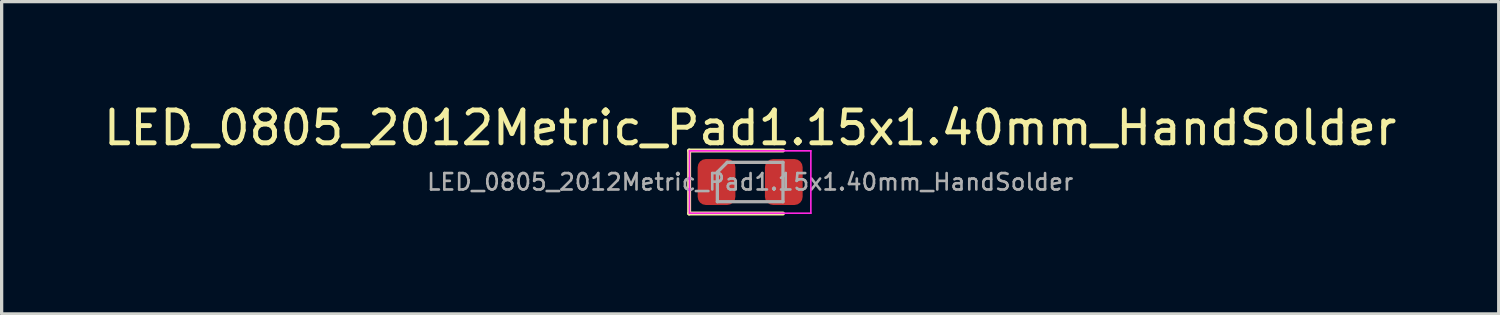
<source format=kicad_pcb>
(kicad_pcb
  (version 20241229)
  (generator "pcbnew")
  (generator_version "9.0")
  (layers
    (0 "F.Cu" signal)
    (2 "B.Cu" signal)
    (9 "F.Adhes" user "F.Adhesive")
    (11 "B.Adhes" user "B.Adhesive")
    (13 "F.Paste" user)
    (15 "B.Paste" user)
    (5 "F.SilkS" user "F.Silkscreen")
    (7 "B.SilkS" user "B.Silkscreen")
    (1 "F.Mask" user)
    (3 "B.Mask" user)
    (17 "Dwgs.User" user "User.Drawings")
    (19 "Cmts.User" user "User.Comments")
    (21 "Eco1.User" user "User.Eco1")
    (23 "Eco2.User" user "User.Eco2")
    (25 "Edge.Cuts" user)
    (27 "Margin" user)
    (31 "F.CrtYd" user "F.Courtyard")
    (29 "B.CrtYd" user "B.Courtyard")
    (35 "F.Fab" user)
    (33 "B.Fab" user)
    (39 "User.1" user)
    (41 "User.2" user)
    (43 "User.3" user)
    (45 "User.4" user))
  (footprint "LED_0805_2012Metric_Pad1.15x1.40mm_HandSolder"
    (layer "F.Cu")
    (at 19.815 2.498)
    (property "Reference" "LED_0805_2012Metric_Pad1.15x1.40mm_HandSolder" (at 0 -1.65 0) (layer "F.SilkS") (effects (font (size 1 1) (thickness 0.15))))
    (attr smd)
    (fp_line (start -1.86 -0.96) (end -1.86 0.96) (stroke (width 0.12) (type solid)) (layer "F.SilkS"))
    (fp_line (start -1.86 0.96) (end 1 0.96) (stroke (width 0.12) (type solid)) (layer "F.SilkS"))
    (fp_line (start 1 -0.96) (end -1.86 -0.96) (stroke (width 0.12) (type solid)) (layer "F.SilkS"))
    (fp_line (start -1.85 -0.95) (end 1.85 -0.95) (stroke (width 0.05) (type solid)) (layer "F.CrtYd"))
    (fp_line (start -1.85 0.95) (end -1.85 -0.95) (stroke (width 0.05) (type solid)) (layer "F.CrtYd"))
    (fp_line (start 1.85 -0.95) (end 1.85 0.95) (stroke (width 0.05) (type solid)) (layer "F.CrtYd"))
    (fp_line (start 1.85 0.95) (end -1.85 0.95) (stroke (width 0.05) (type solid)) (layer "F.CrtYd"))
    (fp_line (start -1 -0.3) (end -1 0.6) (stroke (width 0.1) (type solid)) (layer "F.Fab"))
    (fp_line (start -1 0.6) (end 1 0.6) (stroke (width 0.1) (type solid)) (layer "F.Fab"))
    (fp_line (start -0.7 -0.6) (end -1 -0.3) (stroke (width 0.1) (type solid)) (layer "F.Fab"))
    (fp_line (start 1 -0.6) (end -0.7 -0.6) (stroke (width 0.1) (type solid)) (layer "F.Fab"))
    (fp_line (start 1 0.6) (end 1 -0.6) (stroke (width 0.1) (type solid)) (layer "F.Fab"))
    (fp_text user "${REFERENCE}" (at 0 0 0) (layer "F.Fab") (effects (font (size 0.5 0.5) (thickness 0.08))))
    (pad "1" smd roundrect (at -1.025 0) (size 1.15 1.4) (layers "F.Cu" "F.Mask" "F.Paste") (roundrect_rratio 0.217))
    (pad "2" smd roundrect (at 1.025 0) (size 1.15 1.4) (layers "F.Cu" "F.Mask" "F.Paste") (roundrect_rratio 0.217)))
  (gr_rect
    (start -3 -3)
    (end 42.631 6.518)
    (stroke (width 0.1) (type default))
    (fill no)
    (layer "Edge.Cuts")))
</source>
